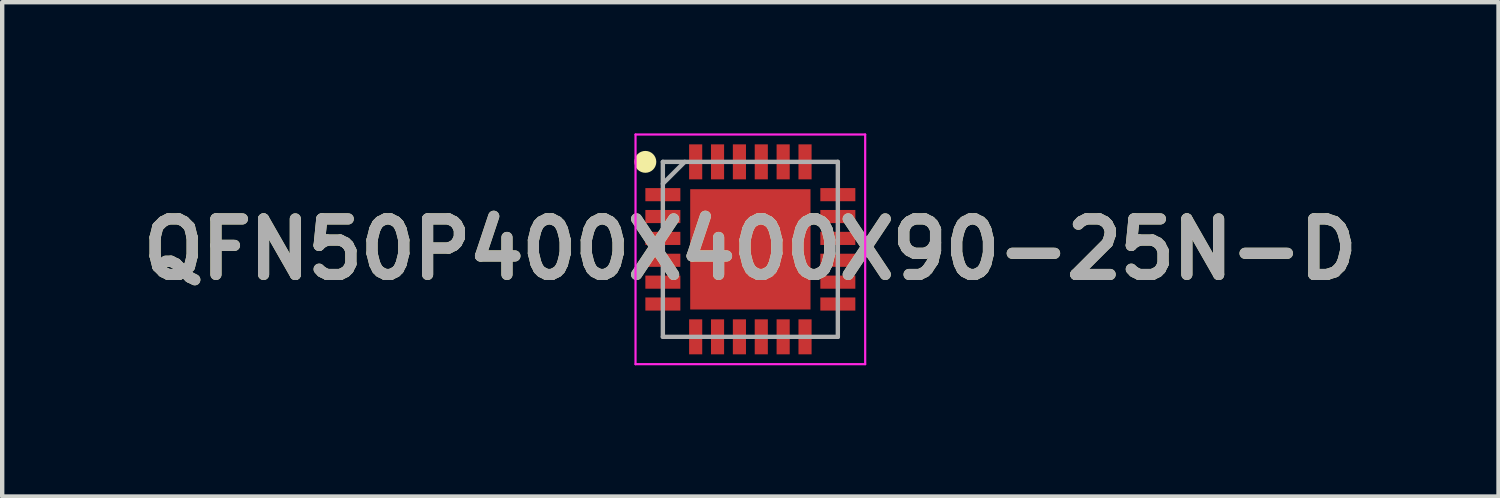
<source format=kicad_pcb>
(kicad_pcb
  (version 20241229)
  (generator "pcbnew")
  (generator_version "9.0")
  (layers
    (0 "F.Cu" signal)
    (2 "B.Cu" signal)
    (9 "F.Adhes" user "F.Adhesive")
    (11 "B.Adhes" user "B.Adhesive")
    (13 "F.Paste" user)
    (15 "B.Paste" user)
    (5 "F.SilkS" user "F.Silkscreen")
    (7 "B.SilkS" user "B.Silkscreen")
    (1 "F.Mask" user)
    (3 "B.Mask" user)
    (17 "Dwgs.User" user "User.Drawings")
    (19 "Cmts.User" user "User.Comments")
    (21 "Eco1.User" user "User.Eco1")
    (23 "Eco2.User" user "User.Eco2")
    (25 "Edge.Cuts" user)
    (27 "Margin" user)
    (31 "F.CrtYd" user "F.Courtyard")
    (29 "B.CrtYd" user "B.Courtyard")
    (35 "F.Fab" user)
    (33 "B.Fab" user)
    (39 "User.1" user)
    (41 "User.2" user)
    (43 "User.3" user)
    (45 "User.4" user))
  (footprint "QFN50P400X400X90-25N-D"
    (layer "F.Cu")
    (at 14.103 2.65)
    (property "Reference" "QFN50P400X400X90-25N-D" (at 0 0 0) (layer "F.SilkS") (effects (font (size 1.27 1.27) (thickness 0.254))))
    (attr smd)
    (fp_circle (center -2.4 -2) (end -2.4 -1.875) (stroke (width 0.25) (type solid)) (fill no) (layer "F.SilkS"))
    (fp_line (start -2.625 -2.625) (end 2.625 -2.625) (stroke (width 0.05) (type solid)) (layer "F.CrtYd"))
    (fp_line (start -2.625 2.625) (end -2.625 -2.625) (stroke (width 0.05) (type solid)) (layer "F.CrtYd"))
    (fp_line (start 2.625 -2.625) (end 2.625 2.625) (stroke (width 0.05) (type solid)) (layer "F.CrtYd"))
    (fp_line (start 2.625 2.625) (end -2.625 2.625) (stroke (width 0.05) (type solid)) (layer "F.CrtYd"))
    (fp_line (start -2 -2) (end 2 -2) (stroke (width 0.1) (type solid)) (layer "F.Fab"))
    (fp_line (start -2 -1.5) (end -1.5 -2) (stroke (width 0.1) (type solid)) (layer "F.Fab"))
    (fp_line (start -2 2) (end -2 -2) (stroke (width 0.1) (type solid)) (layer "F.Fab"))
    (fp_line (start 2 -2) (end 2 2) (stroke (width 0.1) (type solid)) (layer "F.Fab"))
    (fp_line (start 2 2) (end -2 2) (stroke (width 0.1) (type solid)) (layer "F.Fab"))
    (fp_text user "${REFERENCE}" (at 0 0 0) (layer "F.Fab") (effects (font (size 1.27 1.27) (thickness 0.254))))
    (pad "1" smd rect (at -2 -1.25 90) (size 0.3 0.8) (layers "F.Cu" "F.Mask" "F.Paste"))
    (pad "2" smd rect (at -2 -0.75 90) (size 0.3 0.8) (layers "F.Cu" "F.Mask" "F.Paste"))
    (pad "3" smd rect (at -2 -0.25 90) (size 0.3 0.8) (layers "F.Cu" "F.Mask" "F.Paste"))
    (pad "4" smd rect (at -2 0.25 90) (size 0.3 0.8) (layers "F.Cu" "F.Mask" "F.Paste"))
    (pad "5" smd rect (at -2 0.75 90) (size 0.3 0.8) (layers "F.Cu" "F.Mask" "F.Paste"))
    (pad "6" smd rect (at -2 1.25 90) (size 0.3 0.8) (layers "F.Cu" "F.Mask" "F.Paste"))
    (pad "7" smd rect (at -1.25 2) (size 0.3 0.8) (layers "F.Cu" "F.Mask" "F.Paste"))
    (pad "8" smd rect (at -0.75 2) (size 0.3 0.8) (layers "F.Cu" "F.Mask" "F.Paste"))
    (pad "9" smd rect (at -0.25 2) (size 0.3 0.8) (layers "F.Cu" "F.Mask" "F.Paste"))
    (pad "10" smd rect (at 0.25 2) (size 0.3 0.8) (layers "F.Cu" "F.Mask" "F.Paste"))
    (pad "11" smd rect (at 0.75 2) (size 0.3 0.8) (layers "F.Cu" "F.Mask" "F.Paste"))
    (pad "12" smd rect (at 1.25 2) (size 0.3 0.8) (layers "F.Cu" "F.Mask" "F.Paste"))
    (pad "13" smd rect (at 2 1.25 90) (size 0.3 0.8) (layers "F.Cu" "F.Mask" "F.Paste"))
    (pad "14" smd rect (at 2 0.75 90) (size 0.3 0.8) (layers "F.Cu" "F.Mask" "F.Paste"))
    (pad "15" smd rect (at 2 0.25 90) (size 0.3 0.8) (layers "F.Cu" "F.Mask" "F.Paste"))
    (pad "16" smd rect (at 2 -0.25 90) (size 0.3 0.8) (layers "F.Cu" "F.Mask" "F.Paste"))
    (pad "17" smd rect (at 2 -0.75 90) (size 0.3 0.8) (layers "F.Cu" "F.Mask" "F.Paste"))
    (pad "18" smd rect (at 2 -1.25 90) (size 0.3 0.8) (layers "F.Cu" "F.Mask" "F.Paste"))
    (pad "19" smd rect (at 1.25 -2) (size 0.3 0.8) (layers "F.Cu" "F.Mask" "F.Paste"))
    (pad "20" smd rect (at 0.75 -2) (size 0.3 0.8) (layers "F.Cu" "F.Mask" "F.Paste"))
    (pad "21" smd rect (at 0.25 -2) (size 0.3 0.8) (layers "F.Cu" "F.Mask" "F.Paste"))
    (pad "22" smd rect (at -0.25 -2) (size 0.3 0.8) (layers "F.Cu" "F.Mask" "F.Paste"))
    (pad "23" smd rect (at -0.75 -2) (size 0.3 0.8) (layers "F.Cu" "F.Mask" "F.Paste"))
    (pad "24" smd rect (at -1.25 -2) (size 0.3 0.8) (layers "F.Cu" "F.Mask" "F.Paste"))
    (pad "25" smd rect (at 0 0) (size 2.75 2.75) (layers "F.Cu" "F.Mask" "F.Paste")))
  (gr_rect
    (start -3 -3)
    (end 31.206 8.3)
    (stroke (width 0.1) (type default))
    (fill no)
    (layer "Edge.Cuts")))
</source>
